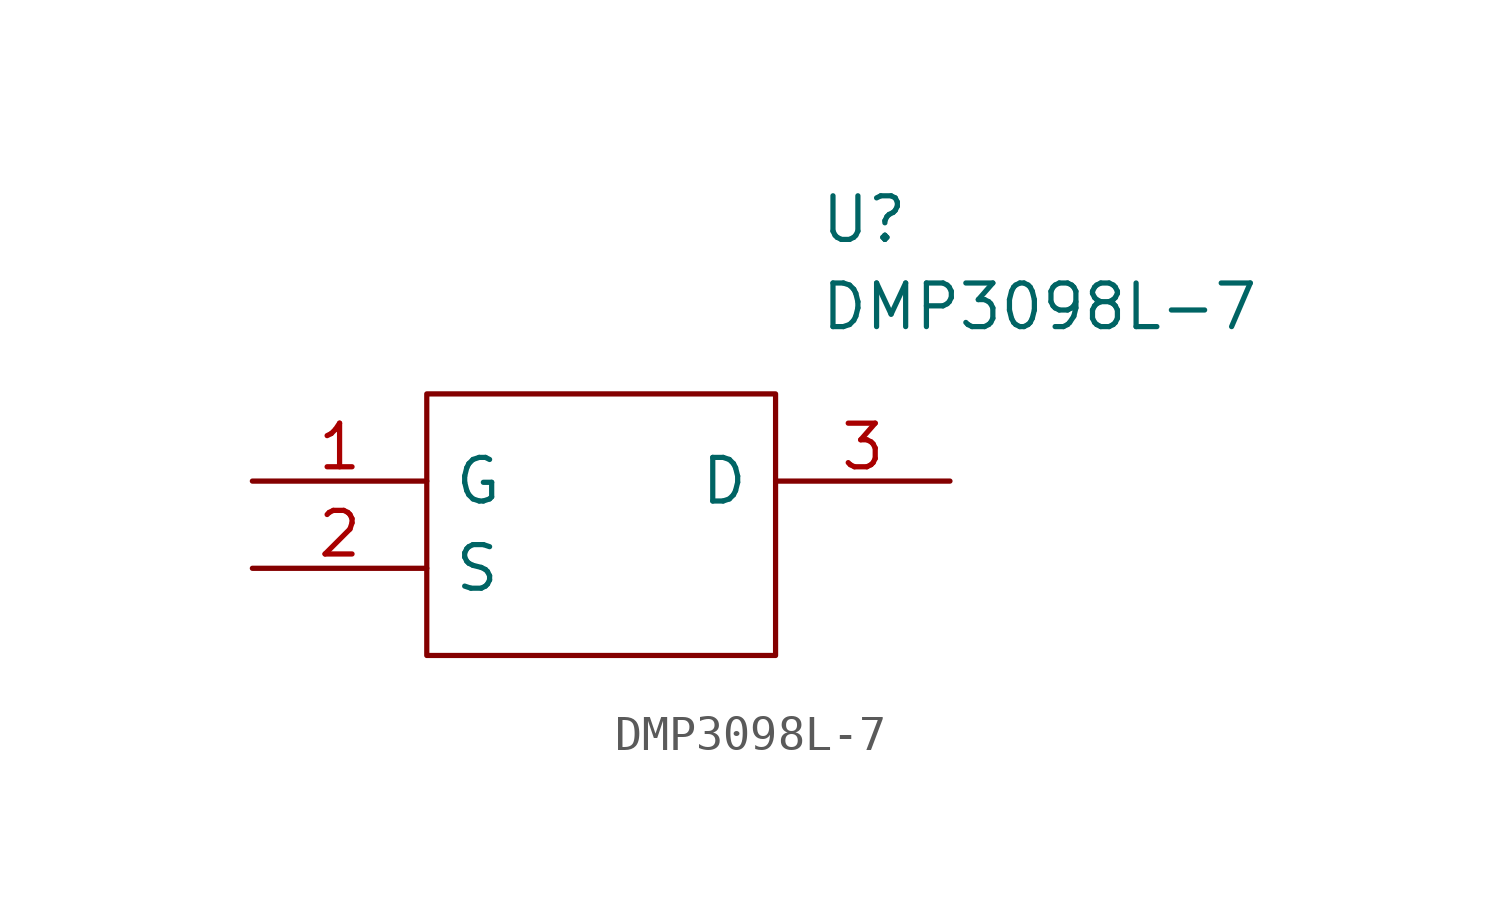
<source format=kicad_sym>
(kicad_symbol_lib
  (version 20211014)
  (generator kicad_symbol_editor)
  (symbol "DMP3098L-7"
    (pin_names
      (offset 0.762))
    (property "Reference" "U"
      (at 16.51 7.62 0)
      (effects (font (size 1.27 1.27)) (justify left)))
    (property "Value" "DMP3098L-7"
      (at 16.51 5.08 0)
      (effects (font (size 1.27 1.27)) (justify left)))
    (symbol "DMP3098L-7_0_0"
      (pin passive line (at 0 0 0) (length 5.08) (name "G" (effects (font (size 1.27 1.27)))) (number "1" (effects (font (size 1.27 1.27)))))
      (pin passive line (at 0 -2.54 0) (length 5.08) (name "S" (effects (font (size 1.27 1.27)))) (number "2" (effects (font (size 1.27 1.27)))))
      (pin passive line (at 20.32 0 180) (length 5.08) (name "D" (effects (font (size 1.27 1.27)))) (number "3" (effects (font (size 1.27 1.27))))))
    (symbol "DMP3098L-7_0_1"
      (polyline (pts (xy 5.08 2.54) (xy 15.24 2.54) (xy 15.24 -5.08) (xy 5.08 -5.08) (xy 5.08 2.54)) (stroke (width 0.152) (type default) (color 0 0 0 0)) (fill (type none))))))
</source>
